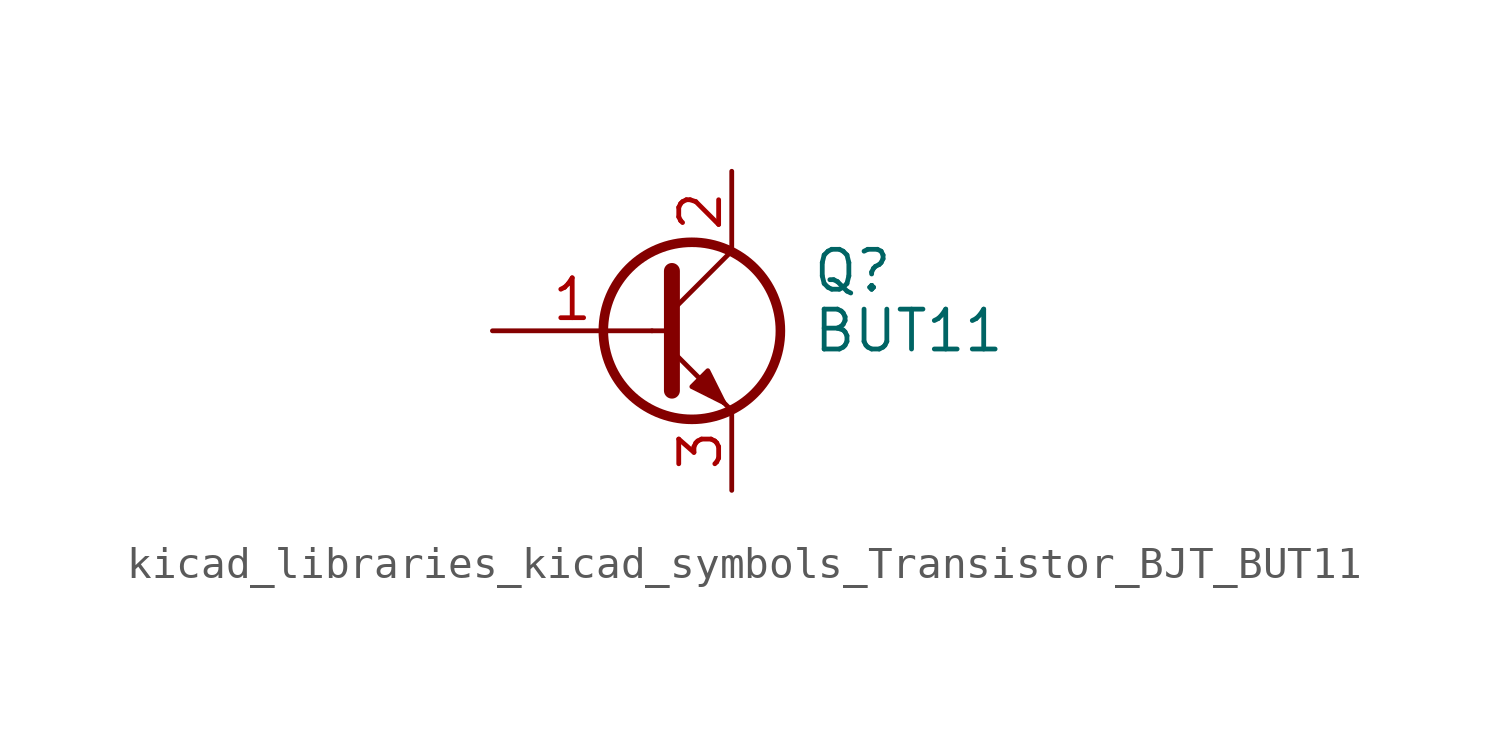
<source format=kicad_sym>
(kicad_symbol_lib
  (version 20220914)
  (generator kicad_symbol_editor)
  (symbol "kicad_libraries_kicad_symbols_Transistor_BJT_BUT11"
    (pin_names
      (offset 0) hide)
    (property "Reference" "Q"
      (at 5.08 1.905 0)
      (effects (font (size 1.27 1.27)) (justify left)))
    (property "Value" "BUT11"
      (at 5.08 0 0)
      (effects (font (size 1.27 1.27)) (justify left)))
    (symbol "kicad_libraries_kicad_symbols_Transistor_BJT_BUT11_0_1"
      (polyline (pts (xy 0 0) (xy 0.635 0)) (stroke (width 0) (type default)) (fill (type none)))
      (polyline (pts (xy 2.54 -2.54) (xy 0.635 -0.635)) (stroke (width 0) (type default)) (fill (type none)))
      (polyline (pts (xy 2.54 2.54) (xy 0.635 0.635)) (stroke (width 0) (type default)) (fill (type none)))
      (polyline (pts (xy 0.635 1.905) (xy 0.635 -1.905) (xy 0.635 -1.905)) (stroke (width 0.508) (type default)) (fill (type none)))
      (polyline (pts (xy 2.286 -2.286) (xy 1.778 -1.778) (xy 1.778 -1.778)) (stroke (width 0) (type default)) (fill (type none)))
      (polyline (pts (xy 1.27 -1.778) (xy 1.778 -1.27) (xy 2.286 -2.286) (xy 1.27 -1.778) (xy 1.27 -1.778)) (stroke (width 0) (type default)) (fill (type outline)))
      (circle (center 1.27 0) (radius 2.819) (stroke (width 0.305) (type default)) (fill (type none))))
    (symbol "kicad_libraries_kicad_symbols_Transistor_BJT_BUT11_1_1"
      (pin input line (at -5.08 0 0) (length 5.08) (name "B" (effects (font (size 1.27 1.27)))) (number "1" (effects (font (size 1.27 1.27)))))
      (pin passive line (at 2.54 5.08 270) (length 2.54) (name "C" (effects (font (size 1.27 1.27)))) (number "2" (effects (font (size 1.27 1.27)))))
      (pin passive line (at 2.54 -5.08 90) (length 2.54) (name "E" (effects (font (size 1.27 1.27)))) (number "3" (effects (font (size 1.27 1.27))))))))
</source>
